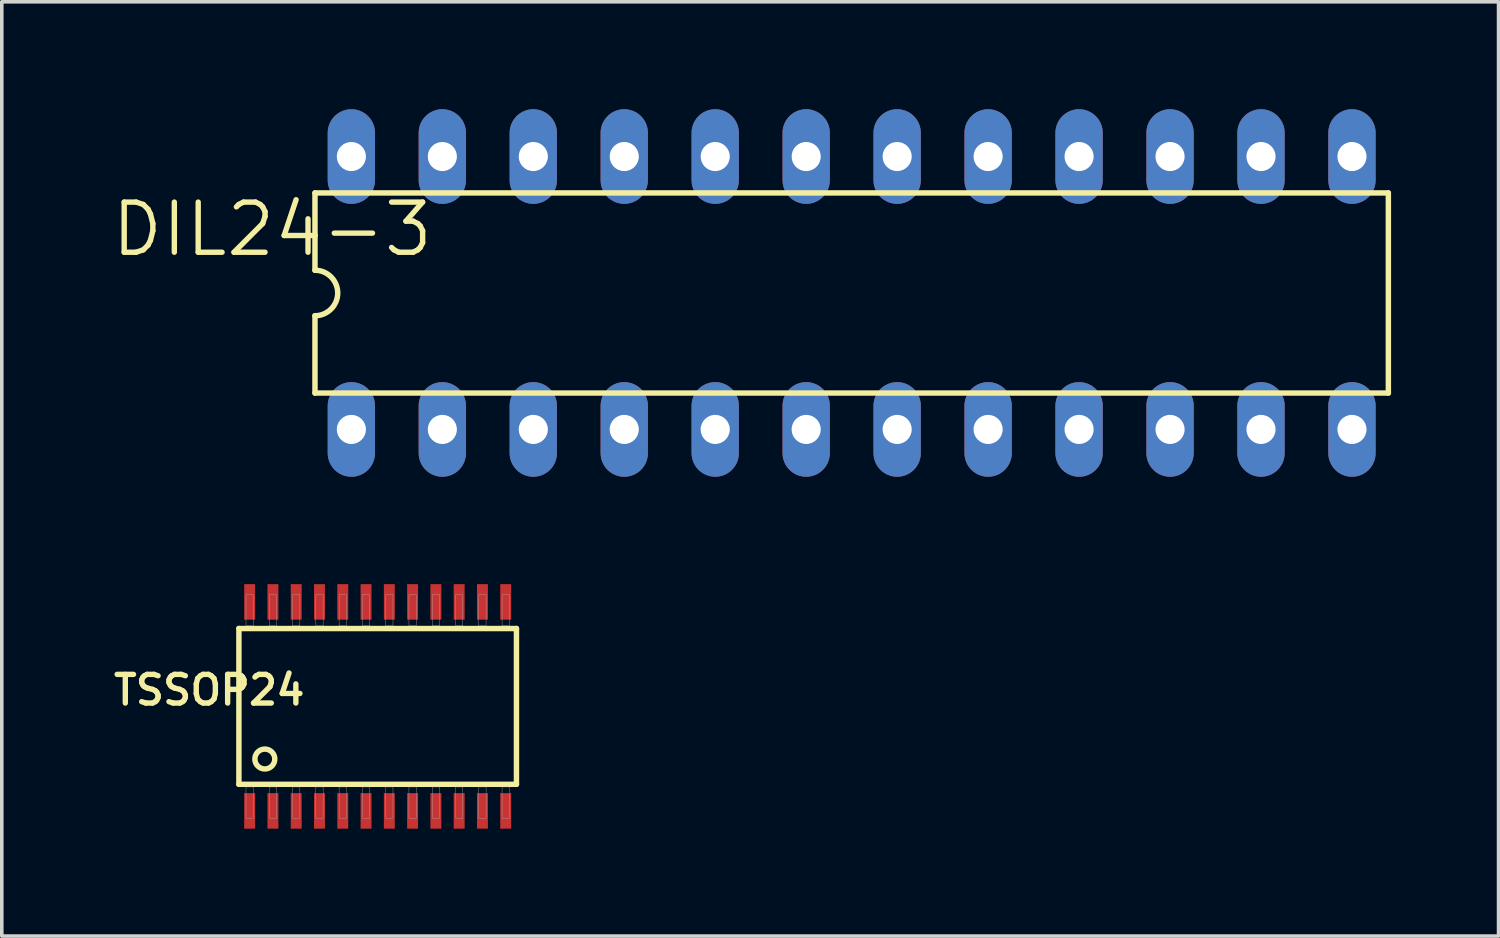
<source format=kicad_pcb>
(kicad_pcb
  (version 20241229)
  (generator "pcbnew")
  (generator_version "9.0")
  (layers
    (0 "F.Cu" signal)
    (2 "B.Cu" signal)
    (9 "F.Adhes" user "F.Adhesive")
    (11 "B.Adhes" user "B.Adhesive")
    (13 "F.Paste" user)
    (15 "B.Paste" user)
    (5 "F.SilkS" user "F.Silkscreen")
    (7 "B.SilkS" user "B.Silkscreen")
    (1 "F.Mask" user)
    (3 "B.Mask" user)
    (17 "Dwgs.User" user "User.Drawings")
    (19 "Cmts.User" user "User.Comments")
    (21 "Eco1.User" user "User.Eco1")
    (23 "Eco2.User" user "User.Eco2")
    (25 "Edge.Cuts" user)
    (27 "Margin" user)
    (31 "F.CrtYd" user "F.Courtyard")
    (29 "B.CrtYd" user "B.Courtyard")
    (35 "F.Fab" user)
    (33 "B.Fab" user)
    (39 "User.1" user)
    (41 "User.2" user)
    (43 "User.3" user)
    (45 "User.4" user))
  (footprint "DIL24-3"
    (layer "F.Cu")
    (at 20.731 5.131)
    (property "Reference" "DIL24-3" (at -16.18 -1.778 180) (layer "F.SilkS") (effects (font (size 1.4 1.4) (thickness 0.15))))
    (attr through_hole)
    (fp_line (start -14.986 -2.794) (end -14.986 -0.635) (stroke (width 0.152) (type solid)) (layer "F.SilkS"))
    (fp_line (start -14.986 -2.794) (end 14.986 -2.794) (stroke (width 0.152) (type solid)) (layer "F.SilkS"))
    (fp_line (start -14.986 0.635) (end -14.986 2.794) (stroke (width 0.152) (type solid)) (layer "F.SilkS"))
    (fp_line (start -14.986 2.794) (end 14.986 2.794) (stroke (width 0.152) (type solid)) (layer "F.SilkS"))
    (fp_line (start 14.986 2.794) (end 14.986 -2.794) (stroke (width 0.152) (type solid)) (layer "F.SilkS"))
    (fp_arc (start -14.986 -0.635) (mid -14.351 0) (end -14.986 0.635) (stroke (width 0.1524) (type solid)) (layer "F.SilkS"))
    (pad "1" thru_hole oval (at -13.97 3.81) (size 1.321 2.642) (drill 0.813) (layers "*.Cu" "*.Mask"))
    (pad "2" thru_hole oval (at -11.43 3.81) (size 1.321 2.642) (drill 0.813) (layers "*.Cu" "*.Mask"))
    (pad "3" thru_hole oval (at -8.89 3.81) (size 1.321 2.642) (drill 0.813) (layers "*.Cu" "*.Mask"))
    (pad "4" thru_hole oval (at -6.35 3.81) (size 1.321 2.642) (drill 0.813) (layers "*.Cu" "*.Mask"))
    (pad "5" thru_hole oval (at -3.81 3.81) (size 1.321 2.642) (drill 0.813) (layers "*.Cu" "*.Mask"))
    (pad "6" thru_hole oval (at -1.27 3.81) (size 1.321 2.642) (drill 0.813) (layers "*.Cu" "*.Mask"))
    (pad "7" thru_hole oval (at 1.27 3.81) (size 1.321 2.642) (drill 0.813) (layers "*.Cu" "*.Mask"))
    (pad "8" thru_hole oval (at 3.81 3.81) (size 1.321 2.642) (drill 0.813) (layers "*.Cu" "*.Mask"))
    (pad "9" thru_hole oval (at 6.35 3.81) (size 1.321 2.642) (drill 0.813) (layers "*.Cu" "*.Mask"))
    (pad "10" thru_hole oval (at 8.89 3.81) (size 1.321 2.642) (drill 0.813) (layers "*.Cu" "*.Mask"))
    (pad "11" thru_hole oval (at 11.43 3.81) (size 1.321 2.642) (drill 0.813) (layers "*.Cu" "*.Mask"))
    (pad "12" thru_hole oval (at 13.97 3.81) (size 1.321 2.642) (drill 0.813) (layers "*.Cu" "*.Mask"))
    (pad "13" thru_hole oval (at 13.97 -3.81) (size 1.321 2.642) (drill 0.813) (layers "*.Cu" "*.Mask"))
    (pad "14" thru_hole oval (at 11.43 -3.81) (size 1.321 2.642) (drill 0.813) (layers "*.Cu" "*.Mask"))
    (pad "15" thru_hole oval (at 8.89 -3.81) (size 1.321 2.642) (drill 0.813) (layers "*.Cu" "*.Mask"))
    (pad "16" thru_hole oval (at 6.35 -3.81) (size 1.321 2.642) (drill 0.813) (layers "*.Cu" "*.Mask"))
    (pad "17" thru_hole oval (at 3.81 -3.81) (size 1.321 2.642) (drill 0.813) (layers "*.Cu" "*.Mask"))
    (pad "18" thru_hole oval (at 1.27 -3.81) (size 1.321 2.642) (drill 0.813) (layers "*.Cu" "*.Mask"))
    (pad "19" thru_hole oval (at -1.27 -3.81) (size 1.321 2.642) (drill 0.813) (layers "*.Cu" "*.Mask"))
    (pad "20" thru_hole oval (at -3.81 -3.81) (size 1.321 2.642) (drill 0.813) (layers "*.Cu" "*.Mask"))
    (pad "21" thru_hole oval (at -6.35 -3.81) (size 1.321 2.642) (drill 0.813) (layers "*.Cu" "*.Mask"))
    (pad "22" thru_hole oval (at -8.89 -3.81) (size 1.321 2.642) (drill 0.813) (layers "*.Cu" "*.Mask"))
    (pad "23" thru_hole oval (at -11.43 -3.81) (size 1.321 2.642) (drill 0.813) (layers "*.Cu" "*.Mask"))
    (pad "24" thru_hole oval (at -13.97 -3.81) (size 1.321 2.642) (drill 0.813) (layers "*.Cu" "*.Mask")))
  (footprint "TSSOP24"
    (layer "F.Cu")
    (at 7.496 16.675)
    (property "Reference" "TSSOP24" (at -4.704 -0.457 180) (layer "F.SilkS") (effects (font (size 0.8 0.8) (thickness 0.15))))
    (attr through_hole)
    (fp_line (start -3.875 2.175) (end -3.875 -2.175) (stroke (width 0.152) (type solid)) (layer "F.SilkS"))
    (fp_line (start -3.875 2.175) (end 3.875 2.175) (stroke (width 0.152) (type solid)) (layer "F.SilkS"))
    (fp_line (start 3.875 -2.175) (end -3.875 -2.175) (stroke (width 0.152) (type solid)) (layer "F.SilkS"))
    (fp_line (start 3.875 -2.175) (end 3.875 2.175) (stroke (width 0.152) (type solid)) (layer "F.SilkS"))
    (fp_circle (center -3.151 1.469) (end -2.873 1.469) (stroke (width 0.152) (type solid)) (fill no) (layer "F.SilkS"))
    (fp_poly (pts (xy -3.677 -3.121) (xy -3.473 -3.121) (xy -3.473 -2.25) (xy -3.677 -2.25)) (stroke (width 0.01) (type solid)) (fill no) (layer "F.Fab"))
    (fp_poly (pts (xy -3.677 2.25) (xy -3.473 2.25) (xy -3.473 3.121) (xy -3.677 3.121)) (stroke (width 0.01) (type solid)) (fill no) (layer "F.Fab"))
    (fp_poly (pts (xy -3.027 -3.121) (xy -2.823 -3.121) (xy -2.823 -2.25) (xy -3.027 -2.25)) (stroke (width 0.01) (type solid)) (fill no) (layer "F.Fab"))
    (fp_poly (pts (xy -3.027 2.25) (xy -2.823 2.25) (xy -2.823 3.121) (xy -3.027 3.121)) (stroke (width 0.01) (type solid)) (fill no) (layer "F.Fab"))
    (fp_poly (pts (xy -2.377 -3.121) (xy -2.173 -3.121) (xy -2.173 -2.25) (xy -2.377 -2.25)) (stroke (width 0.01) (type solid)) (fill no) (layer "F.Fab"))
    (fp_poly (pts (xy -2.377 2.25) (xy -2.173 2.25) (xy -2.173 3.121) (xy -2.377 3.121)) (stroke (width 0.01) (type solid)) (fill no) (layer "F.Fab"))
    (fp_poly (pts (xy -1.727 -3.121) (xy -1.523 -3.121) (xy -1.523 -2.25) (xy -1.727 -2.25)) (stroke (width 0.01) (type solid)) (fill no) (layer "F.Fab"))
    (fp_poly (pts (xy -1.727 2.25) (xy -1.523 2.25) (xy -1.523 3.121) (xy -1.727 3.121)) (stroke (width 0.01) (type solid)) (fill no) (layer "F.Fab"))
    (fp_poly (pts (xy -1.077 -3.121) (xy -0.873 -3.121) (xy -0.873 -2.25) (xy -1.077 -2.25)) (stroke (width 0.01) (type solid)) (fill no) (layer "F.Fab"))
    (fp_poly (pts (xy -1.077 2.25) (xy -0.873 2.25) (xy -0.873 3.121) (xy -1.077 3.121)) (stroke (width 0.01) (type solid)) (fill no) (layer "F.Fab"))
    (fp_poly (pts (xy -0.427 -3.121) (xy -0.223 -3.121) (xy -0.223 -2.25) (xy -0.427 -2.25)) (stroke (width 0.01) (type solid)) (fill no) (layer "F.Fab"))
    (fp_poly (pts (xy -0.427 2.25) (xy -0.223 2.25) (xy -0.223 3.121) (xy -0.427 3.121)) (stroke (width 0.01) (type solid)) (fill no) (layer "F.Fab"))
    (fp_poly (pts (xy 0.223 -3.121) (xy 0.427 -3.121) (xy 0.427 -2.25) (xy 0.223 -2.25)) (stroke (width 0.01) (type solid)) (fill no) (layer "F.Fab"))
    (fp_poly (pts (xy 0.223 2.25) (xy 0.427 2.25) (xy 0.427 3.121) (xy 0.223 3.121)) (stroke (width 0.01) (type solid)) (fill no) (layer "F.Fab"))
    (fp_poly (pts (xy 0.873 -3.121) (xy 1.077 -3.121) (xy 1.077 -2.25) (xy 0.873 -2.25)) (stroke (width 0.01) (type solid)) (fill no) (layer "F.Fab"))
    (fp_poly (pts (xy 0.873 2.25) (xy 1.077 2.25) (xy 1.077 3.121) (xy 0.873 3.121)) (stroke (width 0.01) (type solid)) (fill no) (layer "F.Fab"))
    (fp_poly (pts (xy 1.523 -3.121) (xy 1.727 -3.121) (xy 1.727 -2.25) (xy 1.523 -2.25)) (stroke (width 0.01) (type solid)) (fill no) (layer "F.Fab"))
    (fp_poly (pts (xy 1.523 2.25) (xy 1.727 2.25) (xy 1.727 3.121) (xy 1.523 3.121)) (stroke (width 0.01) (type solid)) (fill no) (layer "F.Fab"))
    (fp_poly (pts (xy 2.173 -3.121) (xy 2.377 -3.121) (xy 2.377 -2.25) (xy 2.173 -2.25)) (stroke (width 0.01) (type solid)) (fill no) (layer "F.Fab"))
    (fp_poly (pts (xy 2.173 2.25) (xy 2.377 2.25) (xy 2.377 3.121) (xy 2.173 3.121)) (stroke (width 0.01) (type solid)) (fill no) (layer "F.Fab"))
    (fp_poly (pts (xy 2.823 -3.121) (xy 3.027 -3.121) (xy 3.027 -2.25) (xy 2.823 -2.25)) (stroke (width 0.01) (type solid)) (fill no) (layer "F.Fab"))
    (fp_poly (pts (xy 2.823 2.25) (xy 3.027 2.25) (xy 3.027 3.121) (xy 2.823 3.121)) (stroke (width 0.01) (type solid)) (fill no) (layer "F.Fab"))
    (fp_poly (pts (xy 3.473 -3.121) (xy 3.677 -3.121) (xy 3.677 -2.25) (xy 3.473 -2.25)) (stroke (width 0.01) (type solid)) (fill no) (layer "F.Fab"))
    (fp_poly (pts (xy 3.473 2.25) (xy 3.677 2.25) (xy 3.677 3.121) (xy 3.473 3.121)) (stroke (width 0.01) (type solid)) (fill no) (layer "F.Fab"))
    (pad "1" smd rect (at -3.575 2.918) (size 0.305 0.991) (layers "F.Cu" "F.Mask" "F.Paste"))
    (pad "2" smd rect (at -2.925 2.918) (size 0.305 0.991) (layers "F.Cu" "F.Mask" "F.Paste"))
    (pad "3" smd rect (at -2.275 2.918) (size 0.305 0.991) (layers "F.Cu" "F.Mask" "F.Paste"))
    (pad "4" smd rect (at -1.625 2.918) (size 0.305 0.991) (layers "F.Cu" "F.Mask" "F.Paste"))
    (pad "5" smd rect (at -0.975 2.918) (size 0.305 0.991) (layers "F.Cu" "F.Mask" "F.Paste"))
    (pad "6" smd rect (at -0.325 2.918) (size 0.305 0.991) (layers "F.Cu" "F.Mask" "F.Paste"))
    (pad "7" smd rect (at 0.325 2.918) (size 0.305 0.991) (layers "F.Cu" "F.Mask" "F.Paste"))
    (pad "8" smd rect (at 0.975 2.918) (size 0.305 0.991) (layers "F.Cu" "F.Mask" "F.Paste"))
    (pad "9" smd rect (at 1.625 2.918) (size 0.305 0.991) (layers "F.Cu" "F.Mask" "F.Paste"))
    (pad "10" smd rect (at 2.275 2.918) (size 0.305 0.991) (layers "F.Cu" "F.Mask" "F.Paste"))
    (pad "11" smd rect (at 2.925 2.918) (size 0.305 0.991) (layers "F.Cu" "F.Mask" "F.Paste"))
    (pad "12" smd rect (at 3.575 2.918) (size 0.305 0.991) (layers "F.Cu" "F.Mask" "F.Paste"))
    (pad "13" smd rect (at 3.575 -2.918) (size 0.305 0.991) (layers "F.Cu" "F.Mask" "F.Paste"))
    (pad "14" smd rect (at 2.925 -2.918) (size 0.305 0.991) (layers "F.Cu" "F.Mask" "F.Paste"))
    (pad "15" smd rect (at 2.275 -2.918) (size 0.305 0.991) (layers "F.Cu" "F.Mask" "F.Paste"))
    (pad "16" smd rect (at 1.625 -2.918) (size 0.305 0.991) (layers "F.Cu" "F.Mask" "F.Paste"))
    (pad "17" smd rect (at 0.975 -2.918) (size 0.305 0.991) (layers "F.Cu" "F.Mask" "F.Paste"))
    (pad "18" smd rect (at 0.325 -2.918) (size 0.305 0.991) (layers "F.Cu" "F.Mask" "F.Paste"))
    (pad "19" smd rect (at -0.325 -2.918) (size 0.305 0.991) (layers "F.Cu" "F.Mask" "F.Paste"))
    (pad "20" smd rect (at -0.975 -2.918) (size 0.305 0.991) (layers "F.Cu" "F.Mask" "F.Paste"))
    (pad "21" smd rect (at -1.625 -2.918) (size 0.305 0.991) (layers "F.Cu" "F.Mask" "F.Paste"))
    (pad "22" smd rect (at -2.275 -2.918) (size 0.305 0.991) (layers "F.Cu" "F.Mask" "F.Paste"))
    (pad "23" smd rect (at -2.925 -2.918) (size 0.305 0.991) (layers "F.Cu" "F.Mask" "F.Paste"))
    (pad "24" smd rect (at -3.575 -2.918) (size 0.305 0.991) (layers "F.Cu" "F.Mask" "F.Paste")))
  (gr_rect
    (start -3 -3)
    (end 38.794 23.088)
    (stroke (width 0.1) (type default))
    (fill no)
    (layer "Edge.Cuts")))
</source>
